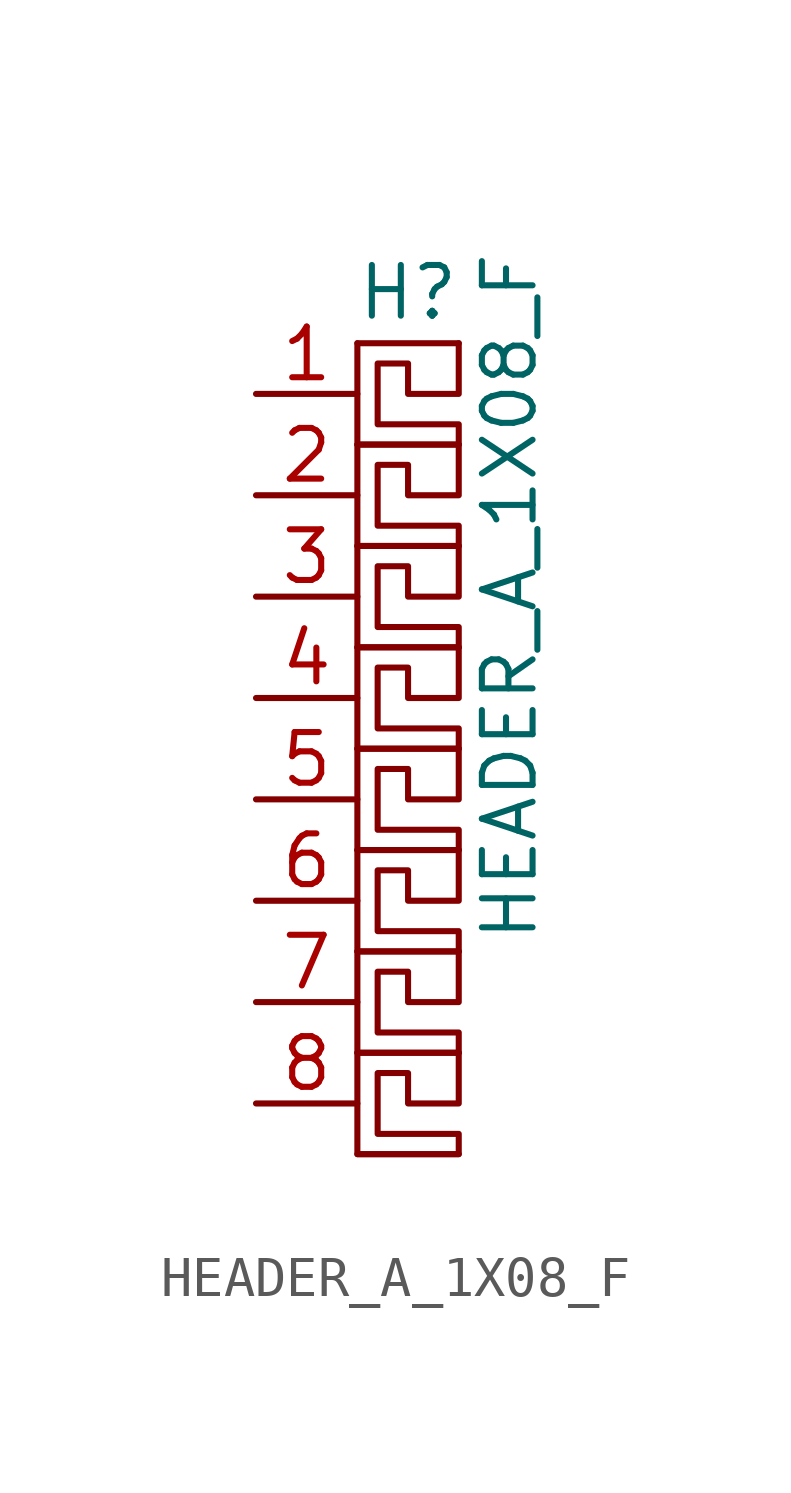
<source format=kicad_sym>
(kicad_symbol_lib
  (version 20220914)
  (generator kicad_symbol_editor)
  (symbol "HEADER_A_1X08_F"
    (pin_names
      (offset 1.016) hide)
    (property "Reference" "H"
      (at 1.27 11.43 0)
      (effects (font (size 1.27 1.27))))
    (property "Value" "HEADER_A_1X08_F"
      (at 3.81 3.81 90)
      (effects (font (size 1.27 1.27))))
    (symbol "HEADER_A_1X08_F_0_1"
      (polyline (pts (xy 0 -10.16) (xy 2.54 -10.16)) (stroke (width 0) (type solid)) (fill (type none)))
      (polyline (pts (xy 0 -7.62) (xy 2.54 -7.62)) (stroke (width 0) (type solid)) (fill (type none)))
      (polyline (pts (xy 0 -5.08) (xy 2.54 -5.08)) (stroke (width 0) (type solid)) (fill (type none)))
      (polyline (pts (xy 0 -2.54) (xy 2.54 -2.54)) (stroke (width 0) (type solid)) (fill (type none)))
      (polyline (pts (xy 0 0) (xy 2.54 0)) (stroke (width 0) (type solid)) (fill (type none)))
      (polyline (pts (xy 0 5.08) (xy 2.54 5.08)) (stroke (width 0) (type solid)) (fill (type none)))
      (polyline (pts (xy 0 7.62) (xy 2.54 7.62)) (stroke (width 0) (type solid)) (fill (type none)))
      (polyline (pts (xy 0 10.16) (xy 2.54 10.16)) (stroke (width 0) (type solid)) (fill (type none)))
      (polyline (pts (xy 2.54 -7.62) (xy 2.54 -8.89) (xy 1.27 -8.89) (xy 1.27 -8.128) (xy 0.508 -8.128) (xy 0.508 -9.652) (xy 2.54 -9.652) (xy 2.54 -10.16) (xy 0 -10.16) (xy 0 -7.62)) (stroke (width 0) (type solid)) (fill (type none)))
      (polyline (pts (xy 2.54 -5.08) (xy 2.54 -6.35) (xy 1.27 -6.35) (xy 1.27 -5.588) (xy 0.508 -5.588) (xy 0.508 -7.112) (xy 2.54 -7.112) (xy 2.54 -7.62) (xy 0 -7.62) (xy 0 -5.08)) (stroke (width 0) (type solid)) (fill (type none)))
      (polyline (pts (xy 2.54 -2.54) (xy 2.54 -3.81) (xy 1.27 -3.81) (xy 1.27 -3.048) (xy 0.508 -3.048) (xy 0.508 -4.572) (xy 2.54 -4.572) (xy 2.54 -5.08) (xy 0 -5.08) (xy 0 -2.54)) (stroke (width 0) (type solid)) (fill (type none)))
      (polyline (pts (xy 2.54 0) (xy 2.54 -1.27) (xy 1.27 -1.27) (xy 1.27 -0.508) (xy 0.508 -0.508) (xy 0.508 -2.032) (xy 2.54 -2.032) (xy 2.54 -2.54) (xy 0 -2.54) (xy 0 0)) (stroke (width 0) (type solid)) (fill (type none)))
      (polyline (pts (xy 2.54 5.08) (xy 2.54 3.81) (xy 1.27 3.81) (xy 1.27 4.572) (xy 0.508 4.572) (xy 0.508 3.048) (xy 2.54 3.048) (xy 2.54 2.54) (xy 0 2.54) (xy 0 5.08)) (stroke (width 0) (type solid)) (fill (type none)))
      (polyline (pts (xy 2.54 7.62) (xy 2.54 6.35) (xy 1.27 6.35) (xy 1.27 7.112) (xy 0.508 7.112) (xy 0.508 5.588) (xy 2.54 5.588) (xy 2.54 5.08) (xy 0 5.08) (xy 0 7.62)) (stroke (width 0) (type solid)) (fill (type none)))
      (polyline (pts (xy 2.54 10.16) (xy 2.54 8.89) (xy 1.27 8.89) (xy 1.27 9.652) (xy 0.508 9.652) (xy 0.508 8.128) (xy 2.54 8.128) (xy 2.54 7.62) (xy 0 7.62) (xy 0 10.16)) (stroke (width 0) (type solid)) (fill (type none))))
    (symbol "HEADER_A_1X08_F_1_1"
      (polyline (pts (xy 0 2.54) (xy 2.54 2.54)) (stroke (width 0) (type solid)) (fill (type none)))
      (polyline (pts (xy 2.54 2.54) (xy 2.54 1.27) (xy 1.27 1.27) (xy 1.27 2.032) (xy 0.508 2.032) (xy 0.508 0.508) (xy 2.54 0.508) (xy 2.54 0) (xy 0 0) (xy 0 2.54)) (stroke (width 0) (type solid)) (fill (type none)))
      (pin passive line (at -2.54 8.89 0) (length 2.54) (name "~" (effects (font (size 1.27 1.27)))) (number "1" (effects (font (size 1.27 1.27)))))
      (pin passive line (at -2.54 6.35 0) (length 2.54) (name "~" (effects (font (size 1.27 1.27)))) (number "2" (effects (font (size 1.27 1.27)))))
      (pin passive line (at -2.54 3.81 0) (length 2.54) (name "~" (effects (font (size 1.27 1.27)))) (number "3" (effects (font (size 1.27 1.27)))))
      (pin passive line (at -2.54 1.27 0) (length 2.54) (name "~" (effects (font (size 1.27 1.27)))) (number "4" (effects (font (size 1.27 1.27)))))
      (pin passive line (at -2.54 -1.27 0) (length 2.54) (name "~" (effects (font (size 1.27 1.27)))) (number "5" (effects (font (size 1.27 1.27)))))
      (pin passive line (at -2.54 -3.81 0) (length 2.54) (name "~" (effects (font (size 1.27 1.27)))) (number "6" (effects (font (size 1.27 1.27)))))
      (pin passive line (at -2.54 -6.35 0) (length 2.54) (name "~" (effects (font (size 1.27 1.27)))) (number "7" (effects (font (size 1.27 1.27)))))
      (pin passive line (at -2.54 -8.89 0) (length 2.54) (name "~" (effects (font (size 1.27 1.27)))) (number "8" (effects (font (size 1.27 1.27))))))))
</source>
